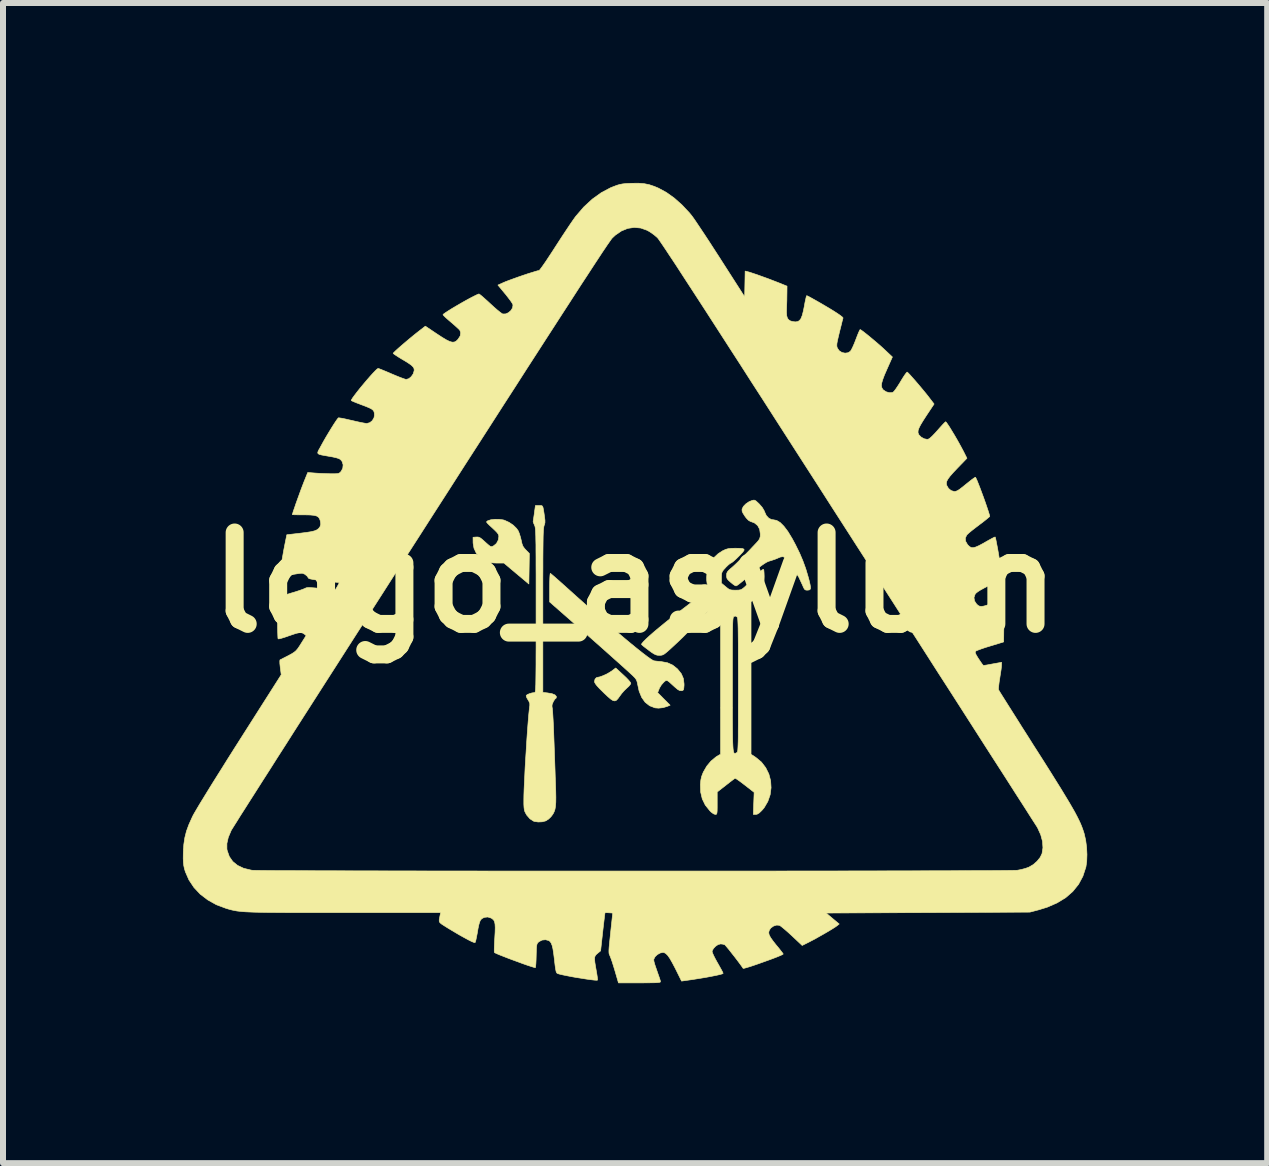
<source format=kicad_pcb>
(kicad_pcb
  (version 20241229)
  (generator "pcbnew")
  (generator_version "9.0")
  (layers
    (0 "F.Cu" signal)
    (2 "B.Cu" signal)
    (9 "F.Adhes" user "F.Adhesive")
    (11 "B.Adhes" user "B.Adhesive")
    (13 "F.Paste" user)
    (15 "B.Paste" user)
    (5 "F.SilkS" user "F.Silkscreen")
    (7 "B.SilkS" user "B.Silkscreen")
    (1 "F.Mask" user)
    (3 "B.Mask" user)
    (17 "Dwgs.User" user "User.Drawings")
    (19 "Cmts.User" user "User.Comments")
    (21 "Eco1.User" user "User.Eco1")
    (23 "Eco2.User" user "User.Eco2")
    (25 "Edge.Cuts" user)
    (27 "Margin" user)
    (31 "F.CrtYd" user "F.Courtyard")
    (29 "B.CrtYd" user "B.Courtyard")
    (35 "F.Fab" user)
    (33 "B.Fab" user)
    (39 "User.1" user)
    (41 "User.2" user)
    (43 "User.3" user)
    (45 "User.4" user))
  (footprint "logo_asylum"
    (layer "F.Cu")
    (at 7.539 6.663)
    (property "Reference" "logo_asylum" (at 0 0 0) (layer "F.SilkS") (effects (font (size 1.524 1.524) (thickness 0.3))))
    (attr through_hole)
    (fp_poly (pts (xy -0.197 1.54) (xy -0.148 1.586) (xy -0.108 1.628) (xy -0.081 1.661) (xy -0.071 1.679) (xy -0.071 1.679) (xy -0.081 1.701) (xy -0.107 1.732) (xy -0.134 1.756) (xy -0.177 1.797) (xy -0.223 1.849) (xy -0.255 1.892) (xy -0.285 1.934) (xy -0.311 1.962) (xy -0.337 1.973) (xy -0.367 1.968) (xy -0.404 1.945) (xy -0.452 1.904) (xy -0.516 1.844) (xy -0.529 1.831) (xy -0.592 1.769) (xy -0.635 1.722) (xy -0.662 1.687) (xy -0.675 1.662) (xy -0.677 1.65) (xy -0.668 1.61) (xy -0.644 1.585) (xy -0.626 1.58) (xy -0.59 1.573) (xy -0.54 1.555) (xy -0.483 1.53) (xy -0.429 1.5) (xy -0.387 1.473) (xy -0.323 1.424) (xy -0.197 1.54)) (stroke (width 0.01) (type solid)) (fill yes) (layer "F.SilkS"))
    (fp_poly (pts (xy -2.266 -1.054) (xy -2.2 -1.045) (xy -2.179 -1.039) (xy -2.102 -1.004) (xy -2.032 -0.957) (xy -1.976 -0.902) (xy -1.947 -0.86) (xy -1.929 -0.815) (xy -1.911 -0.756) (xy -1.898 -0.703) (xy -1.885 -0.645) (xy -1.869 -0.604) (xy -1.844 -0.569) (xy -1.821 -0.544) (xy -1.763 -0.485) (xy -1.767 -0.23) (xy -1.771 0.024) (xy -1.979 -0.15) (xy -2.187 -0.325) (xy -2.308 -0.325) (xy -2.396 -0.329) (xy -2.465 -0.342) (xy -2.522 -0.369) (xy -2.576 -0.41) (xy -2.587 -0.42) (xy -2.65 -0.494) (xy -2.686 -0.572) (xy -2.701 -0.659) (xy -2.701 -0.67) (xy -2.702 -0.755) (xy -2.65 -0.759) (xy -2.617 -0.759) (xy -2.588 -0.749) (xy -2.555 -0.725) (xy -2.53 -0.703) (xy -2.477 -0.655) (xy -2.44 -0.623) (xy -2.416 -0.605) (xy -2.398 -0.599) (xy -2.383 -0.601) (xy -2.366 -0.609) (xy -2.358 -0.613) (xy -2.311 -0.652) (xy -2.281 -0.709) (xy -2.272 -0.765) (xy -2.274 -0.789) (xy -2.285 -0.812) (xy -2.307 -0.84) (xy -2.345 -0.878) (xy -2.381 -0.912) (xy -2.429 -0.956) (xy -2.459 -0.986) (xy -2.474 -1.004) (xy -2.475 -1.016) (xy -2.465 -1.025) (xy -2.456 -1.03) (xy -2.405 -1.047) (xy -2.338 -1.055) (xy -2.266 -1.054)) (stroke (width 0.01) (type solid)) (fill yes) (layer "F.SilkS"))
    (fp_poly (pts (xy 1.198 0.144) (xy 1.213 0.173) (xy 1.214 0.176) (xy 1.236 0.21) (xy 1.269 0.251) (xy 1.295 0.28) (xy 1.327 0.314) (xy 1.347 0.34) (xy 1.352 0.352) (xy 1.341 0.365) (xy 1.312 0.393) (xy 1.27 0.433) (xy 1.219 0.482) (xy 1.192 0.506) (xy 1.129 0.566) (xy 1.066 0.628) (xy 1.01 0.687) (xy 0.966 0.734) (xy 0.96 0.742) (xy 0.924 0.782) (xy 0.872 0.835) (xy 0.809 0.898) (xy 0.741 0.964) (xy 0.677 1.024) (xy 0.607 1.089) (xy 0.554 1.137) (xy 0.515 1.17) (xy 0.485 1.193) (xy 0.462 1.205) (xy 0.442 1.211) (xy 0.421 1.213) (xy 0.407 1.213) (xy 0.373 1.212) (xy 0.344 1.204) (xy 0.31 1.187) (xy 0.266 1.158) (xy 0.229 1.13) (xy 0.18 1.093) (xy 0.14 1.062) (xy 0.114 1.039) (xy 0.107 1.033) (xy 0.113 1.016) (xy 0.14 0.984) (xy 0.185 0.939) (xy 0.247 0.882) (xy 0.323 0.816) (xy 0.413 0.741) (xy 0.513 0.659) (xy 0.622 0.573) (xy 0.738 0.484) (xy 0.761 0.466) (xy 0.839 0.407) (xy 0.917 0.347) (xy 0.988 0.291) (xy 1.047 0.243) (xy 1.09 0.208) (xy 1.09 0.207) (xy 1.133 0.171) (xy 1.167 0.144) (xy 1.187 0.13) (xy 1.19 0.129) (xy 1.198 0.144)) (stroke (width 0.01) (type solid)) (fill yes) (layer "F.SilkS"))
    (fp_poly (pts (xy -1.398 -0.142) (xy -1.367 -0.116) (xy -1.32 -0.075) (xy -1.262 -0.024) (xy -1.195 0.036) (xy -1.147 0.079) (xy -0.97 0.238) (xy -0.798 0.391) (xy -0.634 0.535) (xy -0.479 0.671) (xy -0.333 0.796) (xy -0.199 0.91) (xy -0.078 1.011) (xy 0.03 1.099) (xy 0.123 1.173) (xy 0.2 1.232) (xy 0.26 1.274) (xy 0.3 1.299) (xy 0.316 1.305) (xy 0.346 1.309) (xy 0.392 1.314) (xy 0.435 1.318) (xy 0.539 1.337) (xy 0.626 1.376) (xy 0.704 1.438) (xy 0.711 1.446) (xy 0.771 1.521) (xy 0.805 1.6) (xy 0.816 1.689) (xy 0.816 1.715) (xy 0.812 1.762) (xy 0.806 1.788) (xy 0.794 1.799) (xy 0.773 1.804) (xy 0.773 1.804) (xy 0.745 1.801) (xy 0.714 1.785) (xy 0.673 1.751) (xy 0.66 1.74) (xy 0.605 1.69) (xy 0.568 1.656) (xy 0.542 1.638) (xy 0.524 1.632) (xy 0.508 1.637) (xy 0.49 1.651) (xy 0.475 1.665) (xy 0.438 1.707) (xy 0.407 1.758) (xy 0.401 1.773) (xy 0.376 1.836) (xy 0.48 1.941) (xy 0.584 2.045) (xy 0.535 2.065) (xy 0.465 2.086) (xy 0.392 2.094) (xy 0.332 2.089) (xy 0.242 2.054) (xy 0.168 1.996) (xy 0.11 1.915) (xy 0.067 1.81) (xy 0.043 1.699) (xy 0.033 1.653) (xy 0.02 1.619) (xy -0.004 1.587) (xy -0.043 1.548) (xy -0.046 1.545) (xy -0.094 1.501) (xy -0.161 1.44) (xy -0.245 1.364) (xy -0.344 1.276) (xy -0.455 1.177) (xy -0.576 1.069) (xy -0.705 0.955) (xy -0.84 0.836) (xy -0.979 0.714) (xy -1.027 0.672) (xy -1.425 0.323) (xy -1.425 0.083) (xy -1.424 -0.004) (xy -1.422 -0.074) (xy -1.419 -0.124) (xy -1.415 -0.15) (xy -1.412 -0.153) (xy -1.398 -0.142)) (stroke (width 0.01) (type solid)) (fill yes) (layer "F.SilkS"))
    (fp_poly (pts (xy 1.993 -1.373) (xy 2.015 -1.361) (xy 2.045 -1.334) (xy 2.069 -1.311) (xy 2.121 -1.251) (xy 2.153 -1.196) (xy 2.158 -1.182) (xy 2.187 -1.118) (xy 2.229 -1.073) (xy 2.278 -1.049) (xy 2.304 -1.047) (xy 2.36 -1.036) (xy 2.419 -1.001) (xy 2.481 -0.939) (xy 2.547 -0.852) (xy 2.617 -0.737) (xy 2.671 -0.637) (xy 2.742 -0.493) (xy 2.798 -0.361) (xy 2.845 -0.232) (xy 2.886 -0.094) (xy 2.901 -0.039) (xy 2.917 0.031) (xy 2.925 0.077) (xy 2.923 0.106) (xy 2.91 0.121) (xy 2.885 0.126) (xy 2.863 0.127) (xy 2.84 0.123) (xy 2.823 0.109) (xy 2.806 0.077) (xy 2.793 0.046) (xy 2.728 -0.093) (xy 2.651 -0.211) (xy 2.604 -0.266) (xy 2.566 -0.311) (xy 2.535 -0.353) (xy 2.516 -0.383) (xy 2.515 -0.385) (xy 2.493 -0.419) (xy 2.465 -0.432) (xy 2.424 -0.426) (xy 2.387 -0.411) (xy 2.332 -0.388) (xy 2.269 -0.367) (xy 2.248 -0.361) (xy 2.22 -0.352) (xy 2.189 -0.337) (xy 2.152 -0.314) (xy 2.107 -0.283) (xy 2.051 -0.24) (xy 1.982 -0.183) (xy 1.897 -0.112) (xy 1.794 -0.024) (xy 1.792 -0.023) (xy 1.748 0.013) (xy 1.711 0.041) (xy 1.686 0.055) (xy 1.682 0.056) (xy 1.662 0.048) (xy 1.629 0.025) (xy 1.594 -0.004) (xy 1.555 -0.039) (xy 1.534 -0.065) (xy 1.526 -0.092) (xy 1.525 -0.12) (xy 1.527 -0.15) (xy 1.537 -0.175) (xy 1.558 -0.201) (xy 1.595 -0.235) (xy 1.61 -0.247) (xy 1.647 -0.28) (xy 1.699 -0.329) (xy 1.76 -0.39) (xy 1.828 -0.458) (xy 1.896 -0.527) (xy 1.96 -0.595) (xy 2.017 -0.655) (xy 2.054 -0.696) (xy 2.076 -0.729) (xy 2.087 -0.769) (xy 2.088 -0.809) (xy 2.077 -0.888) (xy 2.044 -0.95) (xy 1.989 -0.995) (xy 1.919 -1.021) (xy 1.889 -1.039) (xy 1.853 -1.077) (xy 1.83 -1.108) (xy 1.8 -1.155) (xy 1.785 -1.188) (xy 1.783 -1.216) (xy 1.785 -1.228) (xy 1.806 -1.27) (xy 1.847 -1.312) (xy 1.9 -1.348) (xy 1.944 -1.366) (xy 1.972 -1.374) (xy 1.993 -1.373)) (stroke (width 0.01) (type solid)) (fill yes) (layer "F.SilkS"))
    (fp_poly (pts (xy -1.558 -1.283) (xy -1.545 -1.274) (xy -1.536 -1.255) (xy -1.529 -1.221) (xy -1.52 -1.167) (xy -1.51 -1.097) (xy -1.503 -1.039) (xy -1.503 -0.998) (xy -1.512 -0.962) (xy -1.517 -0.951) (xy -1.52 -0.94) (xy -1.523 -0.923) (xy -1.526 -0.898) (xy -1.529 -0.865) (xy -1.531 -0.822) (xy -1.533 -0.766) (xy -1.534 -0.696) (xy -1.535 -0.611) (xy -1.536 -0.509) (xy -1.537 -0.387) (xy -1.537 -0.246) (xy -1.538 -0.082) (xy -1.538 0.106) (xy -1.538 0.32) (xy -1.538 0.465) (xy -1.538 1.831) (xy -1.461 1.84) (xy -1.385 1.853) (xy -1.336 1.873) (xy -1.314 1.898) (xy -1.312 1.907) (xy -1.318 1.929) (xy -1.325 1.933) (xy -1.338 1.945) (xy -1.357 1.974) (xy -1.366 1.991) (xy -1.385 2.039) (xy -1.385 2.074) (xy -1.383 2.082) (xy -1.379 2.104) (xy -1.375 2.15) (xy -1.371 2.217) (xy -1.366 2.301) (xy -1.361 2.399) (xy -1.357 2.507) (xy -1.355 2.564) (xy -1.35 2.695) (xy -1.345 2.837) (xy -1.34 2.982) (xy -1.335 3.121) (xy -1.331 3.248) (xy -1.327 3.352) (xy -1.323 3.479) (xy -1.321 3.581) (xy -1.322 3.662) (xy -1.327 3.727) (xy -1.335 3.778) (xy -1.349 3.82) (xy -1.367 3.856) (xy -1.391 3.89) (xy -1.406 3.908) (xy -1.442 3.943) (xy -1.483 3.97) (xy -1.491 3.974) (xy -1.549 3.989) (xy -1.616 3.992) (xy -1.678 3.983) (xy -1.693 3.978) (xy -1.753 3.939) (xy -1.807 3.877) (xy -1.825 3.845) (xy -1.839 3.817) (xy -1.847 3.787) (xy -1.852 3.749) (xy -1.855 3.695) (xy -1.855 3.62) (xy -1.855 3.619) (xy -1.854 3.547) (xy -1.851 3.455) (xy -1.846 3.346) (xy -1.84 3.224) (xy -1.834 3.093) (xy -1.826 2.956) (xy -1.817 2.817) (xy -1.809 2.679) (xy -1.8 2.546) (xy -1.791 2.421) (xy -1.782 2.308) (xy -1.774 2.211) (xy -1.766 2.132) (xy -1.76 2.076) (xy -1.756 2.053) (xy -1.756 2.015) (xy -1.773 1.975) (xy -1.785 1.956) (xy -1.806 1.92) (xy -1.815 1.891) (xy -1.815 1.883) (xy -1.797 1.868) (xy -1.762 1.853) (xy -1.719 1.84) (xy -1.679 1.835) (xy -1.676 1.835) (xy -1.672 1.833) (xy -1.668 1.829) (xy -1.665 1.819) (xy -1.662 1.803) (xy -1.66 1.779) (xy -1.658 1.744) (xy -1.656 1.698) (xy -1.655 1.639) (xy -1.654 1.565) (xy -1.653 1.474) (xy -1.652 1.365) (xy -1.652 1.236) (xy -1.651 1.086) (xy -1.651 0.913) (xy -1.651 0.715) (xy -1.651 0.49) (xy -1.651 0.465) (xy -1.651 0.238) (xy -1.651 0.037) (xy -1.651 -0.139) (xy -1.652 -0.293) (xy -1.652 -0.424) (xy -1.653 -0.536) (xy -1.653 -0.63) (xy -1.655 -0.708) (xy -1.656 -0.772) (xy -1.658 -0.822) (xy -1.66 -0.862) (xy -1.662 -0.892) (xy -1.665 -0.915) (xy -1.668 -0.932) (xy -1.672 -0.944) (xy -1.676 -0.954) (xy -1.677 -0.957) (xy -1.693 -0.993) (xy -1.7 -1.019) (xy -1.699 -1.023) (xy -1.696 -1.043) (xy -1.69 -1.083) (xy -1.682 -1.137) (xy -1.679 -1.161) (xy -1.662 -1.284) (xy -1.601 -1.284) (xy -1.575 -1.284) (xy -1.558 -1.283)) (stroke (width 0.01) (type solid)) (fill yes) (layer "F.SilkS"))
    (fp_poly (pts (xy 1.742 -0.571) (xy 1.791 -0.567) (xy 1.816 -0.556) (xy 1.816 -0.537) (xy 1.793 -0.505) (xy 1.749 -0.458) (xy 1.728 -0.437) (xy 1.682 -0.392) (xy 1.641 -0.355) (xy 1.611 -0.332) (xy 1.598 -0.325) (xy 1.579 -0.315) (xy 1.549 -0.289) (xy 1.512 -0.253) (xy 1.51 -0.25) (xy 1.474 -0.211) (xy 1.453 -0.181) (xy 1.443 -0.152) (xy 1.44 -0.113) (xy 1.44 -0.083) (xy 1.439 0.01) (xy 1.509 0.068) (xy 1.548 0.1) (xy 1.579 0.118) (xy 1.613 0.125) (xy 1.661 0.127) (xy 1.673 0.127) (xy 1.725 0.126) (xy 1.76 0.12) (xy 1.789 0.105) (xy 1.824 0.077) (xy 1.832 0.069) (xy 1.869 0.034) (xy 1.896 0.001) (xy 1.905 -0.018) (xy 1.918 -0.038) (xy 1.947 -0.069) (xy 1.985 -0.105) (xy 2.028 -0.143) (xy 2.071 -0.177) (xy 2.108 -0.204) (xy 2.133 -0.219) (xy 2.142 -0.219) (xy 2.147 -0.201) (xy 2.15 -0.163) (xy 2.152 -0.11) (xy 2.152 -0.093) (xy 2.15 -0.03) (xy 2.144 0.017) (xy 2.131 0.061) (xy 2.107 0.113) (xy 2.105 0.116) (xy 2.062 0.189) (xy 2.012 0.25) (xy 1.996 0.266) (xy 1.933 0.321) (xy 1.933 2.863) (xy 2.012 2.915) (xy 2.106 2.993) (xy 2.178 3.087) (xy 2.23 3.192) (xy 2.26 3.305) (xy 2.267 3.421) (xy 2.252 3.538) (xy 2.213 3.65) (xy 2.152 3.754) (xy 2.112 3.801) (xy 2.069 3.842) (xy 2.035 3.862) (xy 2.012 3.866) (xy 1.972 3.866) (xy 1.978 3.682) (xy 1.985 3.498) (xy 1.831 3.378) (xy 1.775 3.335) (xy 1.726 3.299) (xy 1.689 3.274) (xy 1.669 3.263) (xy 1.667 3.262) (xy 1.653 3.272) (xy 1.621 3.296) (xy 1.575 3.331) (xy 1.522 3.373) (xy 1.513 3.38) (xy 1.369 3.492) (xy 1.369 3.679) (xy 1.369 3.755) (xy 1.368 3.807) (xy 1.365 3.839) (xy 1.36 3.857) (xy 1.352 3.865) (xy 1.34 3.866) (xy 1.336 3.866) (xy 1.306 3.855) (xy 1.266 3.825) (xy 1.247 3.806) (xy 1.17 3.71) (xy 1.12 3.607) (xy 1.093 3.493) (xy 1.089 3.366) (xy 1.096 3.292) (xy 1.11 3.231) (xy 1.134 3.169) (xy 1.139 3.158) (xy 1.195 3.061) (xy 1.265 2.977) (xy 1.344 2.911) (xy 1.364 2.897) (xy 1.425 2.862) (xy 1.425 1.908) (xy 1.623 1.908) (xy 1.623 2.09) (xy 1.623 2.249) (xy 1.624 2.384) (xy 1.625 2.498) (xy 1.626 2.592) (xy 1.628 2.668) (xy 1.631 2.729) (xy 1.634 2.774) (xy 1.639 2.808) (xy 1.644 2.83) (xy 1.651 2.843) (xy 1.659 2.848) (xy 1.669 2.848) (xy 1.679 2.844) (xy 1.692 2.837) (xy 1.694 2.836) (xy 1.699 2.833) (xy 1.704 2.827) (xy 1.707 2.817) (xy 1.711 2.802) (xy 1.713 2.779) (xy 1.715 2.746) (xy 1.717 2.701) (xy 1.719 2.643) (xy 1.72 2.57) (xy 1.72 2.48) (xy 1.721 2.371) (xy 1.721 2.241) (xy 1.721 2.089) (xy 1.722 1.912) (xy 1.722 1.709) (xy 1.722 1.708) (xy 1.722 1.503) (xy 1.721 1.324) (xy 1.721 1.17) (xy 1.721 1.038) (xy 1.72 0.928) (xy 1.719 0.836) (xy 1.718 0.762) (xy 1.716 0.703) (xy 1.714 0.658) (xy 1.712 0.624) (xy 1.709 0.6) (xy 1.706 0.585) (xy 1.702 0.576) (xy 1.699 0.573) (xy 1.674 0.558) (xy 1.65 0.565) (xy 1.645 0.568) (xy 1.641 0.574) (xy 1.637 0.583) (xy 1.634 0.599) (xy 1.631 0.622) (xy 1.629 0.655) (xy 1.627 0.7) (xy 1.626 0.758) (xy 1.625 0.831) (xy 1.624 0.921) (xy 1.623 1.03) (xy 1.623 1.159) (xy 1.623 1.312) (xy 1.623 1.489) (xy 1.623 1.692) (xy 1.623 1.698) (xy 1.623 1.908) (xy 1.425 1.908) (xy 1.425 1.597) (xy 1.425 0.332) (xy 1.356 0.272) (xy 1.283 0.191) (xy 1.239 0.117) (xy 1.214 0.061) (xy 1.2 0.014) (xy 1.194 -0.037) (xy 1.193 -0.084) (xy 1.199 -0.175) (xy 1.215 -0.255) (xy 1.218 -0.265) (xy 1.256 -0.34) (xy 1.314 -0.415) (xy 1.385 -0.481) (xy 1.462 -0.531) (xy 1.465 -0.532) (xy 1.511 -0.553) (xy 1.553 -0.565) (xy 1.601 -0.57) (xy 1.665 -0.572) (xy 1.742 -0.571)) (stroke (width 0.01) (type solid)) (fill yes) (layer "F.SilkS"))
    (fp_poly (pts (xy 0.15 -6.651) (xy 0.235 -6.634) (xy 0.321 -6.605) (xy 0.39 -6.576) (xy 0.521 -6.505) (xy 0.654 -6.41) (xy 0.783 -6.295) (xy 0.906 -6.164) (xy 0.944 -6.117) (xy 0.967 -6.086) (xy 1.004 -6.033) (xy 1.051 -5.963) (xy 1.109 -5.876) (xy 1.175 -5.777) (xy 1.247 -5.667) (xy 1.323 -5.549) (xy 1.403 -5.426) (xy 1.425 -5.391) (xy 1.827 -4.764) (xy 1.835 -5.193) (xy 1.874 -5.184) (xy 1.913 -5.173) (xy 1.973 -5.153) (xy 2.047 -5.128) (xy 2.13 -5.098) (xy 2.216 -5.067) (xy 2.299 -5.035) (xy 2.374 -5.006) (xy 2.385 -5.002) (xy 2.533 -4.942) (xy 2.532 -4.838) (xy 2.531 -4.777) (xy 2.53 -4.7) (xy 2.527 -4.62) (xy 2.526 -4.586) (xy 2.524 -4.506) (xy 2.528 -4.449) (xy 2.539 -4.41) (xy 2.558 -4.383) (xy 2.587 -4.364) (xy 2.593 -4.361) (xy 2.631 -4.351) (xy 2.673 -4.346) (xy 2.711 -4.351) (xy 2.741 -4.369) (xy 2.766 -4.402) (xy 2.787 -4.455) (xy 2.806 -4.53) (xy 2.821 -4.605) (xy 2.833 -4.672) (xy 2.845 -4.727) (xy 2.854 -4.766) (xy 2.861 -4.783) (xy 2.861 -4.784) (xy 2.878 -4.777) (xy 2.915 -4.758) (xy 2.967 -4.729) (xy 3.031 -4.693) (xy 3.101 -4.653) (xy 3.174 -4.61) (xy 3.245 -4.568) (xy 3.31 -4.528) (xy 3.313 -4.526) (xy 3.372 -4.488) (xy 3.42 -4.455) (xy 3.453 -4.429) (xy 3.467 -4.413) (xy 3.467 -4.411) (xy 3.462 -4.393) (xy 3.451 -4.352) (xy 3.437 -4.294) (xy 3.419 -4.223) (xy 3.407 -4.175) (xy 3.387 -4.091) (xy 3.373 -4.03) (xy 3.365 -3.986) (xy 3.363 -3.955) (xy 3.365 -3.933) (xy 3.371 -3.913) (xy 3.372 -3.91) (xy 3.403 -3.865) (xy 3.449 -3.836) (xy 3.501 -3.825) (xy 3.552 -3.832) (xy 3.589 -3.856) (xy 3.606 -3.881) (xy 3.629 -3.927) (xy 3.655 -3.986) (xy 3.681 -4.053) (xy 3.681 -4.053) (xy 3.705 -4.116) (xy 3.726 -4.168) (xy 3.743 -4.204) (xy 3.752 -4.219) (xy 3.752 -4.219) (xy 3.768 -4.21) (xy 3.802 -4.186) (xy 3.848 -4.15) (xy 3.904 -4.105) (xy 3.965 -4.054) (xy 4.028 -4.001) (xy 4.088 -3.949) (xy 4.141 -3.901) (xy 4.173 -3.871) (xy 4.29 -3.761) (xy 4.199 -3.556) (xy 4.157 -3.46) (xy 4.129 -3.385) (xy 4.112 -3.327) (xy 4.107 -3.283) (xy 4.114 -3.249) (xy 4.13 -3.221) (xy 4.14 -3.211) (xy 4.183 -3.182) (xy 4.235 -3.166) (xy 4.284 -3.167) (xy 4.302 -3.174) (xy 4.32 -3.192) (xy 4.348 -3.229) (xy 4.383 -3.281) (xy 4.421 -3.341) (xy 4.427 -3.352) (xy 4.463 -3.411) (xy 4.495 -3.46) (xy 4.52 -3.494) (xy 4.535 -3.509) (xy 4.536 -3.509) (xy 4.551 -3.497) (xy 4.581 -3.466) (xy 4.621 -3.421) (xy 4.67 -3.366) (xy 4.723 -3.304) (xy 4.777 -3.24) (xy 4.829 -3.177) (xy 4.876 -3.119) (xy 4.902 -3.085) (xy 4.985 -2.977) (xy 4.856 -2.783) (xy 4.8 -2.696) (xy 4.759 -2.628) (xy 4.733 -2.576) (xy 4.719 -2.535) (xy 4.717 -2.502) (xy 4.726 -2.475) (xy 4.733 -2.462) (xy 4.77 -2.425) (xy 4.818 -2.398) (xy 4.867 -2.388) (xy 4.887 -2.39) (xy 4.913 -2.405) (xy 4.952 -2.44) (xy 5.002 -2.492) (xy 5.045 -2.54) (xy 5.091 -2.592) (xy 5.131 -2.636) (xy 5.161 -2.667) (xy 5.178 -2.681) (xy 5.179 -2.681) (xy 5.191 -2.669) (xy 5.213 -2.637) (xy 5.245 -2.589) (xy 5.282 -2.528) (xy 5.324 -2.459) (xy 5.366 -2.387) (xy 5.407 -2.314) (xy 5.444 -2.246) (xy 5.475 -2.188) (xy 5.533 -2.072) (xy 5.376 -1.91) (xy 5.305 -1.835) (xy 5.253 -1.776) (xy 5.218 -1.729) (xy 5.197 -1.691) (xy 5.19 -1.659) (xy 5.193 -1.63) (xy 5.195 -1.622) (xy 5.225 -1.57) (xy 5.27 -1.533) (xy 5.321 -1.518) (xy 5.325 -1.518) (xy 5.349 -1.522) (xy 5.377 -1.533) (xy 5.412 -1.556) (xy 5.46 -1.593) (xy 5.518 -1.64) (xy 5.573 -1.684) (xy 5.619 -1.72) (xy 5.654 -1.745) (xy 5.673 -1.756) (xy 5.675 -1.756) (xy 5.684 -1.74) (xy 5.702 -1.701) (xy 5.724 -1.646) (xy 5.751 -1.577) (xy 5.78 -1.499) (xy 5.81 -1.418) (xy 5.839 -1.337) (xy 5.865 -1.261) (xy 5.887 -1.195) (xy 5.903 -1.144) (xy 5.912 -1.111) (xy 5.913 -1.103) (xy 5.902 -1.092) (xy 5.872 -1.067) (xy 5.828 -1.031) (xy 5.772 -0.988) (xy 5.736 -0.961) (xy 5.673 -0.913) (xy 5.615 -0.868) (xy 5.569 -0.83) (xy 5.539 -0.802) (xy 5.531 -0.794) (xy 5.506 -0.743) (xy 5.51 -0.69) (xy 5.541 -0.636) (xy 5.547 -0.628) (xy 5.576 -0.6) (xy 5.604 -0.584) (xy 5.637 -0.581) (xy 5.679 -0.592) (xy 5.734 -0.616) (xy 5.807 -0.655) (xy 5.836 -0.672) (xy 5.896 -0.706) (xy 5.947 -0.734) (xy 5.984 -0.753) (xy 6.002 -0.76) (xy 6.003 -0.76) (xy 6.009 -0.743) (xy 6.018 -0.703) (xy 6.029 -0.645) (xy 6.043 -0.573) (xy 6.057 -0.493) (xy 6.071 -0.408) (xy 6.085 -0.323) (xy 6.098 -0.243) (xy 6.109 -0.172) (xy 6.116 -0.115) (xy 6.121 -0.077) (xy 6.12 -0.063) (xy 6.107 -0.056) (xy 6.073 -0.038) (xy 6.023 -0.013) (xy 5.959 0.02) (xy 5.905 0.047) (xy 5.82 0.091) (xy 5.758 0.125) (xy 5.714 0.153) (xy 5.685 0.176) (xy 5.668 0.197) (xy 5.668 0.197) (xy 5.65 0.252) (xy 5.66 0.308) (xy 5.694 0.359) (xy 5.718 0.381) (xy 5.743 0.394) (xy 5.774 0.398) (xy 5.816 0.392) (xy 5.872 0.375) (xy 5.949 0.349) (xy 5.979 0.338) (xy 6.04 0.315) (xy 6.091 0.298) (xy 6.127 0.286) (xy 6.141 0.282) (xy 6.144 0.296) (xy 6.146 0.334) (xy 6.148 0.393) (xy 6.149 0.469) (xy 6.15 0.558) (xy 6.149 0.636) (xy 6.145 0.99) (xy 5.922 1.058) (xy 5.846 1.081) (xy 5.778 1.104) (xy 5.724 1.124) (xy 5.689 1.138) (xy 5.679 1.145) (xy 5.671 1.157) (xy 5.673 1.175) (xy 5.686 1.204) (xy 5.712 1.248) (xy 5.729 1.274) (xy 5.761 1.322) (xy 5.787 1.359) (xy 5.805 1.38) (xy 5.81 1.383) (xy 5.827 1.38) (xy 5.867 1.374) (xy 5.921 1.364) (xy 5.965 1.356) (xy 6.11 1.33) (xy 6.11 1.372) (xy 6.108 1.403) (xy 6.102 1.454) (xy 6.092 1.518) (xy 6.081 1.589) (xy 6.081 1.591) (xy 6.07 1.659) (xy 6.063 1.718) (xy 6.059 1.763) (xy 6.059 1.786) (xy 6.059 1.786) (xy 6.068 1.801) (xy 6.09 1.838) (xy 6.126 1.895) (xy 6.173 1.97) (xy 6.231 2.062) (xy 6.298 2.168) (xy 6.374 2.288) (xy 6.456 2.419) (xy 6.545 2.558) (xy 6.638 2.706) (xy 6.683 2.776) (xy 6.808 2.972) (xy 6.918 3.146) (xy 7.014 3.3) (xy 7.099 3.436) (xy 7.171 3.555) (xy 7.234 3.659) (xy 7.287 3.75) (xy 7.332 3.829) (xy 7.369 3.899) (xy 7.4 3.961) (xy 7.426 4.017) (xy 7.447 4.068) (xy 7.465 4.117) (xy 7.481 4.165) (xy 7.487 4.184) (xy 7.512 4.293) (xy 7.528 4.413) (xy 7.534 4.535) (xy 7.53 4.649) (xy 7.516 4.746) (xy 7.515 4.747) (xy 7.466 4.897) (xy 7.394 5.031) (xy 7.298 5.15) (xy 7.179 5.254) (xy 7.036 5.341) (xy 6.871 5.413) (xy 6.728 5.457) (xy 6.583 5.495) (xy 4.884 5.503) (xy 3.185 5.51) (xy 3.294 5.602) (xy 3.403 5.693) (xy 3.37 5.72) (xy 3.338 5.743) (xy 3.286 5.776) (xy 3.22 5.816) (xy 3.146 5.859) (xy 3.068 5.903) (xy 2.994 5.945) (xy 2.926 5.98) (xy 2.91 5.989) (xy 2.786 6.051) (xy 2.615 5.89) (xy 2.555 5.835) (xy 2.5 5.787) (xy 2.453 5.748) (xy 2.42 5.723) (xy 2.407 5.715) (xy 2.36 5.711) (xy 2.309 5.727) (xy 2.265 5.758) (xy 2.253 5.773) (xy 2.234 5.806) (xy 2.228 5.839) (xy 2.236 5.876) (xy 2.26 5.921) (xy 2.301 5.978) (xy 2.349 6.039) (xy 2.394 6.093) (xy 2.431 6.14) (xy 2.457 6.174) (xy 2.469 6.192) (xy 2.469 6.194) (xy 2.457 6.203) (xy 2.422 6.219) (xy 2.369 6.241) (xy 2.302 6.267) (xy 2.226 6.295) (xy 2.145 6.324) (xy 2.064 6.353) (xy 1.986 6.38) (xy 1.917 6.403) (xy 1.86 6.42) (xy 1.82 6.431) (xy 1.802 6.433) (xy 1.801 6.432) (xy 1.777 6.397) (xy 1.742 6.349) (xy 1.7 6.293) (xy 1.654 6.233) (xy 1.608 6.175) (xy 1.566 6.121) (xy 1.53 6.078) (xy 1.505 6.049) (xy 1.495 6.039) (xy 1.462 6.029) (xy 1.425 6.025) (xy 1.384 6.036) (xy 1.342 6.064) (xy 1.307 6.101) (xy 1.286 6.139) (xy 1.284 6.153) (xy 1.291 6.177) (xy 1.31 6.22) (xy 1.338 6.275) (xy 1.372 6.337) (xy 1.376 6.343) (xy 1.41 6.404) (xy 1.439 6.456) (xy 1.459 6.494) (xy 1.467 6.514) (xy 1.468 6.515) (xy 1.454 6.524) (xy 1.416 6.535) (xy 1.355 6.549) (xy 1.275 6.565) (xy 1.179 6.583) (xy 1.07 6.601) (xy 0.95 6.62) (xy 0.823 6.638) (xy 0.822 6.638) (xy 0.775 6.645) (xy 0.671 6.435) (xy 0.621 6.34) (xy 0.58 6.268) (xy 0.545 6.218) (xy 0.513 6.186) (xy 0.484 6.17) (xy 0.463 6.167) (xy 0.417 6.177) (xy 0.371 6.203) (xy 0.333 6.239) (xy 0.313 6.278) (xy 0.311 6.292) (xy 0.315 6.32) (xy 0.328 6.367) (xy 0.348 6.426) (xy 0.367 6.481) (xy 0.389 6.544) (xy 0.408 6.598) (xy 0.42 6.637) (xy 0.423 6.654) (xy 0.42 6.661) (xy 0.406 6.666) (xy 0.38 6.669) (xy 0.338 6.672) (xy 0.278 6.673) (xy 0.196 6.674) (xy 0.089 6.675) (xy 0.073 6.675) (xy -0.277 6.675) (xy -0.338 6.466) (xy -0.361 6.391) (xy -0.383 6.321) (xy -0.403 6.265) (xy -0.418 6.226) (xy -0.422 6.217) (xy -0.429 6.202) (xy -0.434 6.185) (xy -0.436 6.162) (xy -0.436 6.128) (xy -0.433 6.081) (xy -0.427 6.017) (xy -0.418 5.931) (xy -0.409 5.843) (xy -0.373 5.51) (xy -0.435 5.506) (xy -0.473 5.504) (xy -0.498 5.505) (xy -0.501 5.506) (xy -0.504 5.521) (xy -0.509 5.559) (xy -0.516 5.618) (xy -0.525 5.693) (xy -0.535 5.779) (xy -0.54 5.825) (xy -0.575 6.141) (xy -0.626 6.183) (xy -0.649 6.203) (xy -0.665 6.224) (xy -0.674 6.248) (xy -0.675 6.283) (xy -0.671 6.331) (xy -0.66 6.399) (xy -0.649 6.462) (xy -0.638 6.526) (xy -0.63 6.579) (xy -0.626 6.615) (xy -0.627 6.629) (xy -0.644 6.631) (xy -0.685 6.628) (xy -0.743 6.621) (xy -0.815 6.611) (xy -0.895 6.598) (xy -0.98 6.585) (xy -1.063 6.57) (xy -1.14 6.555) (xy -1.208 6.541) (xy -1.259 6.529) (xy -1.289 6.52) (xy -1.301 6.514) (xy -1.31 6.502) (xy -1.318 6.481) (xy -1.325 6.445) (xy -1.333 6.392) (xy -1.342 6.316) (xy -1.345 6.286) (xy -1.358 6.184) (xy -1.37 6.106) (xy -1.384 6.049) (xy -1.4 6.01) (xy -1.419 5.984) (xy -1.439 5.969) (xy -1.493 5.955) (xy -1.551 5.961) (xy -1.602 5.987) (xy -1.604 5.989) (xy -1.62 6.003) (xy -1.631 6.018) (xy -1.638 6.038) (xy -1.643 6.068) (xy -1.646 6.115) (xy -1.648 6.182) (xy -1.649 6.222) (xy -1.651 6.293) (xy -1.654 6.353) (xy -1.658 6.397) (xy -1.662 6.419) (xy -1.663 6.421) (xy -1.686 6.416) (xy -1.731 6.402) (xy -1.793 6.382) (xy -1.867 6.356) (xy -1.948 6.326) (xy -2.033 6.295) (xy -2.116 6.264) (xy -2.193 6.234) (xy -2.259 6.208) (xy -2.309 6.187) (xy -2.34 6.172) (xy -2.345 6.168) (xy -2.348 6.152) (xy -2.348 6.112) (xy -2.346 6.054) (xy -2.343 5.983) (xy -2.34 5.931) (xy -2.334 5.83) (xy -2.332 5.753) (xy -2.335 5.697) (xy -2.343 5.656) (xy -2.358 5.627) (xy -2.38 5.607) (xy -2.4 5.594) (xy -2.456 5.576) (xy -2.511 5.582) (xy -2.54 5.595) (xy -2.561 5.609) (xy -2.578 5.629) (xy -2.592 5.66) (xy -2.605 5.705) (xy -2.619 5.771) (xy -2.632 5.849) (xy -2.644 5.91) (xy -2.654 5.96) (xy -2.664 5.993) (xy -2.668 6.003) (xy -2.685 6.001) (xy -2.723 5.986) (xy -2.779 5.958) (xy -2.851 5.919) (xy -2.937 5.871) (xy -3.033 5.814) (xy -3.123 5.76) (xy -3.185 5.721) (xy -3.228 5.693) (xy -3.254 5.671) (xy -3.265 5.649) (xy -3.266 5.623) (xy -3.259 5.586) (xy -3.251 5.546) (xy -3.242 5.503) (xy -4.858 5.503) (xy -5.114 5.503) (xy -5.343 5.503) (xy -5.548 5.503) (xy -5.729 5.503) (xy -5.889 5.502) (xy -6.03 5.501) (xy -6.152 5.5) (xy -6.257 5.498) (xy -6.348 5.496) (xy -6.426 5.493) (xy -6.492 5.49) (xy -6.549 5.486) (xy -6.597 5.481) (xy -6.639 5.476) (xy -6.677 5.469) (xy -6.711 5.462) (xy -6.744 5.454) (xy -6.777 5.445) (xy -6.813 5.434) (xy -6.823 5.431) (xy -6.981 5.372) (xy -7.124 5.292) (xy -7.25 5.196) (xy -7.355 5.084) (xy -7.439 4.958) (xy -7.499 4.821) (xy -7.514 4.77) (xy -7.525 4.72) (xy -7.531 4.667) (xy -7.534 4.603) (xy -7.533 4.52) (xy -7.532 4.487) (xy -7.524 4.363) (xy -7.522 4.351) (xy -6.806 4.351) (xy -6.806 4.444) (xy -6.801 4.468) (xy -6.766 4.568) (xy -6.708 4.651) (xy -6.628 4.716) (xy -6.527 4.764) (xy -6.404 4.794) (xy -6.385 4.797) (xy -6.363 4.798) (xy -6.315 4.799) (xy -6.24 4.8) (xy -6.14 4.801) (xy -6.016 4.802) (xy -5.87 4.803) (xy -5.702 4.803) (xy -5.513 4.804) (xy -5.305 4.805) (xy -5.079 4.805) (xy -4.836 4.806) (xy -4.576 4.807) (xy -4.302 4.807) (xy -4.013 4.808) (xy -3.712 4.808) (xy -3.399 4.809) (xy -3.075 4.809) (xy -2.742 4.809) (xy -2.401 4.81) (xy -2.052 4.81) (xy -1.697 4.81) (xy -1.337 4.81) (xy -0.973 4.81) (xy -0.606 4.81) (xy -0.238 4.81) (xy 0.132 4.81) (xy 0.501 4.81) (xy 0.868 4.81) (xy 1.233 4.81) (xy 1.594 4.81) (xy 1.95 4.81) (xy 2.301 4.81) (xy 2.644 4.809) (xy 2.98 4.809) (xy 3.306 4.809) (xy 3.621 4.808) (xy 3.926 4.808) (xy 4.218 4.807) (xy 4.496 4.807) (xy 4.759 4.806) (xy 5.007 4.805) (xy 5.238 4.805) (xy 5.45 4.804) (xy 5.644 4.803) (xy 5.817 4.803) (xy 5.969 4.802) (xy 6.099 4.801) (xy 6.205 4.8) (xy 6.286 4.799) (xy 6.342 4.798) (xy 6.371 4.797) (xy 6.374 4.797) (xy 6.441 4.784) (xy 6.511 4.765) (xy 6.566 4.745) (xy 6.638 4.703) (xy 6.702 4.647) (xy 6.754 4.583) (xy 6.785 4.519) (xy 6.8 4.422) (xy 6.793 4.315) (xy 6.763 4.204) (xy 6.713 4.094) (xy 6.7 4.071) (xy 6.689 4.054) (xy 6.664 4.015) (xy 6.624 3.953) (xy 6.571 3.87) (xy 6.505 3.766) (xy 6.426 3.643) (xy 6.334 3.5) (xy 6.232 3.34) (xy 6.118 3.162) (xy 5.993 2.968) (xy 5.858 2.758) (xy 5.714 2.533) (xy 5.561 2.294) (xy 5.399 2.041) (xy 5.229 1.776) (xy 5.051 1.5) (xy 4.867 1.212) (xy 4.676 0.914) (xy 4.479 0.608) (xy 4.277 0.292) (xy 4.069 -0.031) (xy 3.858 -0.361) (xy 3.642 -0.697) (xy 3.551 -0.839) (xy 3.277 -1.265) (xy 3.019 -1.668) (xy 2.775 -2.047) (xy 2.545 -2.405) (xy 2.329 -2.741) (xy 2.127 -3.056) (xy 1.937 -3.35) (xy 1.761 -3.625) (xy 1.596 -3.88) (xy 1.444 -4.116) (xy 1.304 -4.333) (xy 1.175 -4.533) (xy 1.057 -4.715) (xy 0.949 -4.881) (xy 0.852 -5.03) (xy 0.765 -5.164) (xy 0.688 -5.283) (xy 0.62 -5.386) (xy 0.56 -5.476) (xy 0.51 -5.552) (xy 0.467 -5.616) (xy 0.433 -5.666) (xy 0.406 -5.705) (xy 0.386 -5.733) (xy 0.373 -5.749) (xy 0.369 -5.753) (xy 0.315 -5.799) (xy 0.251 -5.844) (xy 0.201 -5.873) (xy 0.094 -5.911) (xy -0.015 -5.921) (xy -0.123 -5.905) (xy -0.228 -5.862) (xy -0.329 -5.793) (xy -0.378 -5.747) (xy -0.389 -5.735) (xy -0.405 -5.713) (xy -0.428 -5.68) (xy -0.459 -5.636) (xy -0.496 -5.581) (xy -0.542 -5.513) (xy -0.595 -5.432) (xy -0.657 -5.338) (xy -0.727 -5.231) (xy -0.807 -5.108) (xy -0.897 -4.971) (xy -0.996 -4.818) (xy -1.105 -4.649) (xy -1.225 -4.464) (xy -1.356 -4.261) (xy -1.499 -4.04) (xy -1.653 -3.801) (xy -1.819 -3.544) (xy -1.997 -3.266) (xy -2.189 -2.969) (xy -2.393 -2.651) (xy -2.611 -2.312) (xy -2.843 -1.952) (xy -3.088 -1.569) (xy -3.349 -1.163) (xy -3.57 -0.818) (xy -3.788 -0.479) (xy -4.002 -0.146) (xy -4.211 0.181) (xy -4.416 0.501) (xy -4.616 0.812) (xy -4.81 1.115) (xy -4.998 1.409) (xy -5.179 1.691) (xy -5.353 1.963) (xy -5.519 2.222) (xy -5.677 2.469) (xy -5.825 2.702) (xy -5.965 2.92) (xy -6.094 3.124) (xy -6.214 3.311) (xy -6.322 3.481) (xy -6.419 3.633) (xy -6.504 3.767) (xy -6.577 3.881) (xy -6.636 3.976) (xy -6.682 4.049) (xy -6.714 4.1) (xy -6.732 4.129) (xy -6.735 4.135) (xy -6.783 4.249) (xy -6.806 4.351) (xy -7.522 4.351) (xy -7.507 4.252) (xy -7.48 4.145) (xy -7.44 4.036) (xy -7.385 3.914) (xy -7.369 3.881) (xy -7.349 3.845) (xy -7.315 3.787) (xy -7.269 3.709) (xy -7.211 3.614) (xy -7.143 3.503) (xy -7.066 3.378) (xy -6.981 3.242) (xy -6.889 3.096) (xy -6.793 2.942) (xy -6.692 2.782) (xy -6.594 2.628) (xy -5.9 1.537) (xy -5.916 1.415) (xy -5.923 1.351) (xy -5.924 1.307) (xy -5.92 1.289) (xy -5.919 1.288) (xy -5.901 1.28) (xy -5.865 1.261) (xy -5.816 1.236) (xy -5.779 1.217) (xy -5.724 1.187) (xy -5.685 1.162) (xy -5.655 1.137) (xy -5.627 1.105) (xy -5.596 1.06) (xy -5.569 1.017) (xy -5.485 0.884) (xy -5.517 0.858) (xy -5.541 0.843) (xy -5.569 0.835) (xy -5.605 0.837) (xy -5.654 0.848) (xy -5.72 0.87) (xy -5.781 0.891) (xy -5.844 0.913) (xy -5.897 0.929) (xy -5.934 0.938) (xy -5.952 0.939) (xy -5.952 0.939) (xy -5.955 0.923) (xy -5.957 0.883) (xy -5.959 0.824) (xy -5.961 0.751) (xy -5.961 0.67) (xy -5.962 0.584) (xy -5.962 0.498) (xy -5.961 0.418) (xy -5.959 0.348) (xy -5.957 0.293) (xy -5.955 0.258) (xy -5.952 0.247) (xy -5.936 0.24) (xy -5.898 0.226) (xy -5.842 0.208) (xy -5.774 0.188) (xy -5.737 0.176) (xy -5.662 0.154) (xy -5.595 0.132) (xy -5.542 0.113) (xy -5.507 0.099) (xy -5.499 0.095) (xy -5.484 0.088) (xy -5.464 0.084) (xy -5.433 0.083) (xy -5.387 0.086) (xy -5.323 0.091) (xy -5.236 0.101) (xy -5.159 0.109) (xy -5.092 0.116) (xy -5.04 0.12) (xy -5.009 0.123) (xy -5.001 0.123) (xy -4.982 0.094) (xy -4.962 0.06) (xy -4.944 0.027) (xy -4.935 0.005) (xy -4.935 -0.00013) (xy -4.952 -0.002) (xy -4.992 -0.006) (xy -5.051 -0.012) (xy -5.124 -0.02) (xy -5.193 -0.028) (xy -5.297 -0.04) (xy -5.373 -0.052) (xy -5.423 -0.062) (xy -5.444 -0.071) (xy -5.445 -0.073) (xy -5.469 -0.108) (xy -5.507 -0.139) (xy -5.548 -0.155) (xy -5.557 -0.155) (xy -5.587 -0.153) (xy -5.637 -0.146) (xy -5.7 -0.136) (xy -5.757 -0.126) (xy -5.82 -0.116) (xy -5.873 -0.108) (xy -5.909 -0.103) (xy -5.922 -0.103) (xy -5.923 -0.12) (xy -5.919 -0.159) (xy -5.911 -0.217) (xy -5.901 -0.289) (xy -5.888 -0.37) (xy -5.873 -0.456) (xy -5.858 -0.541) (xy -5.844 -0.614) (xy -5.807 -0.797) (xy -5.581 -0.823) (xy -5.479 -0.836) (xy -5.402 -0.848) (xy -5.345 -0.862) (xy -5.305 -0.879) (xy -5.277 -0.9) (xy -5.257 -0.926) (xy -5.252 -0.935) (xy -5.241 -0.972) (xy -5.246 -1.015) (xy -5.249 -1.03) (xy -5.262 -1.066) (xy -5.281 -1.092) (xy -5.311 -1.11) (xy -5.356 -1.121) (xy -5.419 -1.127) (xy -5.506 -1.129) (xy -5.531 -1.129) (xy -5.599 -1.129) (xy -5.656 -1.13) (xy -5.696 -1.131) (xy -5.714 -1.133) (xy -5.715 -1.133) (xy -5.71 -1.151) (xy -5.698 -1.191) (xy -5.678 -1.248) (xy -5.655 -1.316) (xy -5.628 -1.391) (xy -5.6 -1.468) (xy -5.573 -1.543) (xy -5.548 -1.609) (xy -5.527 -1.663) (xy -5.525 -1.669) (xy -5.458 -1.835) (xy -5.329 -1.825) (xy -5.25 -1.82) (xy -5.16 -1.817) (xy -5.078 -1.814) (xy -5.068 -1.814) (xy -5.006 -1.814) (xy -4.966 -1.816) (xy -4.94 -1.822) (xy -4.921 -1.833) (xy -4.904 -1.851) (xy -4.902 -1.853) (xy -4.874 -1.905) (xy -4.868 -1.963) (xy -4.885 -2.018) (xy -4.9 -2.038) (xy -4.919 -2.056) (xy -4.945 -2.069) (xy -4.984 -2.081) (xy -5.041 -2.094) (xy -5.087 -2.102) (xy -5.172 -2.117) (xy -5.232 -2.128) (xy -5.27 -2.139) (xy -5.288 -2.152) (xy -5.291 -2.172) (xy -5.279 -2.202) (xy -5.255 -2.244) (xy -5.234 -2.283) (xy -5.196 -2.352) (xy -5.153 -2.427) (xy -5.108 -2.502) (xy -5.064 -2.574) (xy -5.024 -2.638) (xy -4.989 -2.691) (xy -4.963 -2.728) (xy -4.947 -2.746) (xy -4.946 -2.747) (xy -4.927 -2.745) (xy -4.887 -2.739) (xy -4.829 -2.727) (xy -4.76 -2.711) (xy -4.723 -2.703) (xy -4.646 -2.685) (xy -4.577 -2.67) (xy -4.519 -2.659) (xy -4.481 -2.653) (xy -4.472 -2.653) (xy -4.423 -2.666) (xy -4.382 -2.699) (xy -4.354 -2.745) (xy -4.346 -2.785) (xy -4.347 -2.821) (xy -4.353 -2.849) (xy -4.367 -2.872) (xy -4.393 -2.893) (xy -4.434 -2.914) (xy -4.494 -2.939) (xy -4.578 -2.97) (xy -4.581 -2.972) (xy -4.64 -2.994) (xy -4.689 -3.014) (xy -4.722 -3.029) (xy -4.733 -3.035) (xy -4.728 -3.049) (xy -4.708 -3.081) (xy -4.675 -3.126) (xy -4.632 -3.182) (xy -4.582 -3.245) (xy -4.528 -3.31) (xy -4.473 -3.375) (xy -4.42 -3.436) (xy -4.371 -3.49) (xy -4.33 -3.533) (xy -4.301 -3.56) (xy -4.285 -3.57) (xy -4.267 -3.565) (xy -4.228 -3.55) (xy -4.172 -3.527) (xy -4.105 -3.499) (xy -4.057 -3.478) (xy -3.983 -3.447) (xy -3.918 -3.421) (xy -3.864 -3.401) (xy -3.828 -3.389) (xy -3.817 -3.387) (xy -3.773 -3.399) (xy -3.732 -3.433) (xy -3.7 -3.479) (xy -3.684 -3.531) (xy -3.683 -3.546) (xy -3.687 -3.571) (xy -3.701 -3.595) (xy -3.729 -3.623) (xy -3.774 -3.655) (xy -3.839 -3.696) (xy -3.887 -3.724) (xy -3.944 -3.759) (xy -3.99 -3.789) (xy -4.022 -3.811) (xy -4.033 -3.823) (xy -4.033 -3.824) (xy -4.02 -3.838) (xy -3.99 -3.867) (xy -3.945 -3.908) (xy -3.89 -3.956) (xy -3.828 -4.009) (xy -3.765 -4.062) (xy -3.702 -4.114) (xy -3.645 -4.16) (xy -3.622 -4.178) (xy -3.497 -4.275) (xy -3.305 -4.146) (xy -3.216 -4.088) (xy -3.146 -4.046) (xy -3.092 -4.02) (xy -3.049 -4.008) (xy -3.014 -4.01) (xy -2.984 -4.025) (xy -2.956 -4.052) (xy -2.952 -4.056) (xy -2.916 -4.112) (xy -2.908 -4.165) (xy -2.92 -4.203) (xy -2.935 -4.221) (xy -2.968 -4.252) (xy -3.013 -4.293) (xy -3.066 -4.338) (xy -3.068 -4.34) (xy -3.119 -4.384) (xy -3.162 -4.422) (xy -3.191 -4.451) (xy -3.203 -4.466) (xy -3.203 -4.466) (xy -3.191 -4.479) (xy -3.158 -4.502) (xy -3.109 -4.534) (xy -3.048 -4.572) (xy -2.977 -4.614) (xy -2.903 -4.657) (xy -2.829 -4.699) (xy -2.758 -4.738) (xy -2.696 -4.77) (xy -2.646 -4.795) (xy -2.613 -4.809) (xy -2.603 -4.812) (xy -2.588 -4.802) (xy -2.556 -4.777) (xy -2.512 -4.738) (xy -2.458 -4.69) (xy -2.415 -4.65) (xy -2.355 -4.595) (xy -2.3 -4.547) (xy -2.253 -4.509) (xy -2.22 -4.485) (xy -2.206 -4.478) (xy -2.158 -4.479) (xy -2.111 -4.5) (xy -2.07 -4.536) (xy -2.043 -4.58) (xy -2.036 -4.626) (xy -2.038 -4.636) (xy -2.05 -4.659) (xy -2.076 -4.698) (xy -2.114 -4.748) (xy -2.158 -4.805) (xy -2.167 -4.815) (xy -2.287 -4.96) (xy -2.205 -4.997) (xy -2.161 -5.016) (xy -2.101 -5.039) (xy -2.03 -5.065) (xy -1.952 -5.093) (xy -1.871 -5.121) (xy -1.794 -5.147) (xy -1.723 -5.169) (xy -1.665 -5.187) (xy -1.623 -5.199) (xy -1.602 -5.202) (xy -1.602 -5.202) (xy -1.591 -5.212) (xy -1.567 -5.243) (xy -1.531 -5.293) (xy -1.486 -5.358) (xy -1.434 -5.437) (xy -1.376 -5.525) (xy -1.333 -5.592) (xy -1.267 -5.694) (xy -1.202 -5.794) (xy -1.14 -5.887) (xy -1.084 -5.971) (xy -1.036 -6.041) (xy -0.999 -6.093) (xy -0.986 -6.11) (xy -0.855 -6.262) (xy -0.713 -6.393) (xy -0.563 -6.501) (xy -0.408 -6.583) (xy -0.36 -6.602) (xy -0.302 -6.624) (xy -0.254 -6.638) (xy -0.206 -6.647) (xy -0.15 -6.653) (xy -0.077 -6.656) (xy -0.056 -6.657) (xy 0.056 -6.658) (xy 0.15 -6.651)) (stroke (width 0.01) (type solid)) (fill yes) (layer "F.SilkS")))
  (gr_rect
    (start -3 -3)
    (end 18.078 16.343)
    (stroke (width 0.1) (type default))
    (fill no)
    (layer "Edge.Cuts")))
</source>
